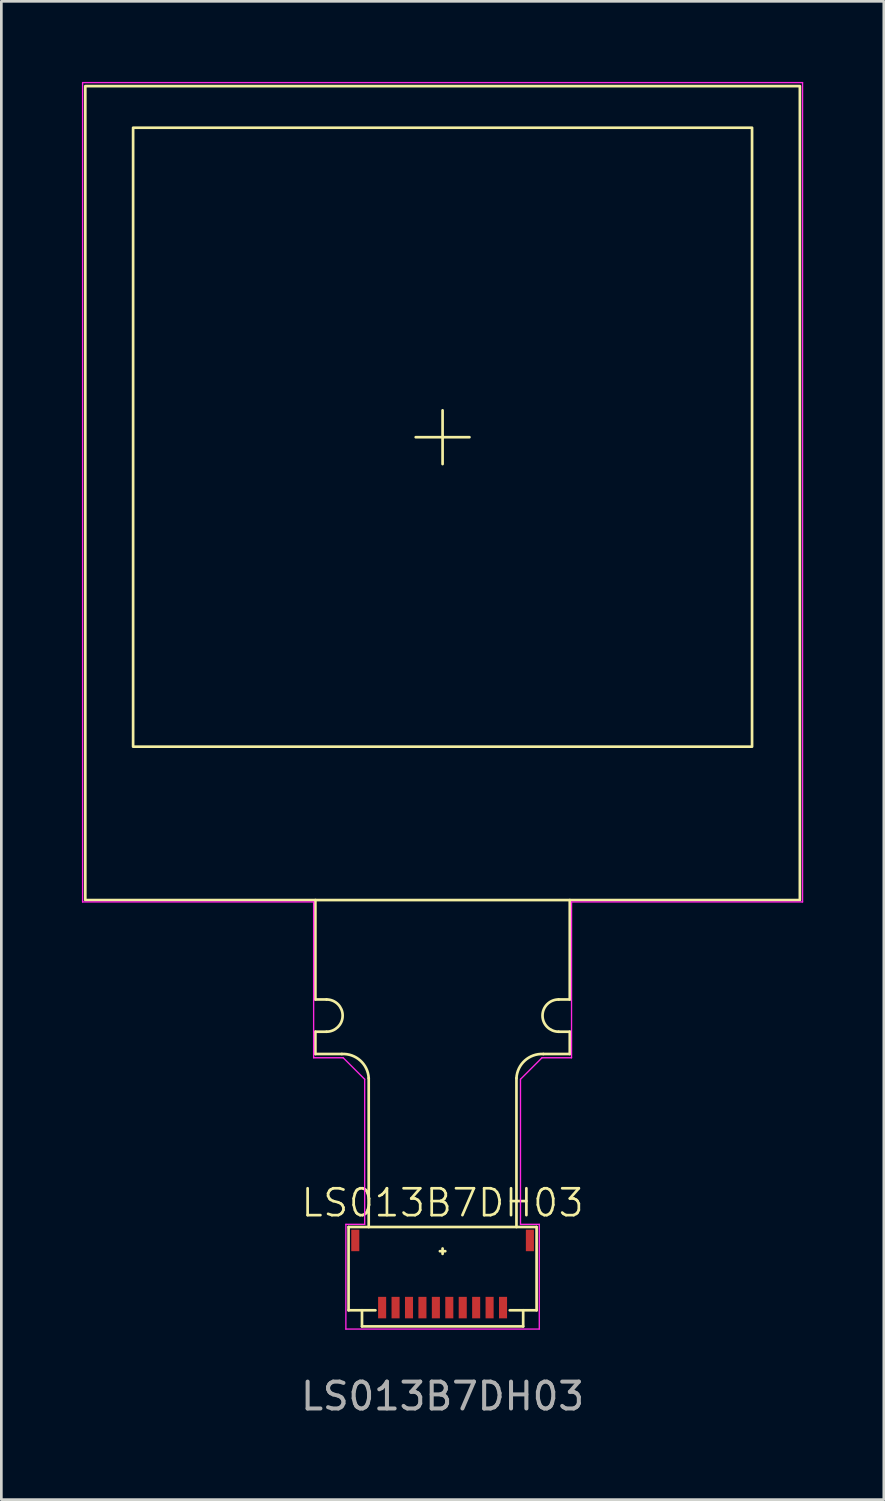
<source format=kicad_pcb>
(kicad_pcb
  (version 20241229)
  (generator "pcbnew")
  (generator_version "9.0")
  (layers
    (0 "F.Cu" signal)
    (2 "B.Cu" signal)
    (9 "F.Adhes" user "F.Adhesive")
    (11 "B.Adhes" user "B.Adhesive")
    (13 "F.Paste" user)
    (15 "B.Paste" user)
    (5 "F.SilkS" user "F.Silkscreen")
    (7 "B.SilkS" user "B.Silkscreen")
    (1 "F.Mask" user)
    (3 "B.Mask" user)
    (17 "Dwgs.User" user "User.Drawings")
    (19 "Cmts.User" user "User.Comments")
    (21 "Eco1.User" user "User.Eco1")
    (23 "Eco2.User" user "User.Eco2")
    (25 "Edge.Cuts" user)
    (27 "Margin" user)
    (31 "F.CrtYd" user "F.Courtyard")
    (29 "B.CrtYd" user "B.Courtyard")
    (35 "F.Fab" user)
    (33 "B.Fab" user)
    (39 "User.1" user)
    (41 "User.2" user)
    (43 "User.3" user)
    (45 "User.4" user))
  (footprint "LS013B7DH03"
    (layer "F.Cu")
    (at 13.425 43.525)
    (property "Reference" "LS013B7DH03" (at 0 -1.8 0) (unlocked yes) (layer "F.SilkS") (effects (font (size 1 1) (thickness 0.1))))
    (attr smd)
    (fp_line (start -4.735 -13.07) (end -4.735 -9.37) (stroke (width 0.1) (type default)) (layer "F.SilkS"))
    (fp_line (start -4.735 -9.37) (end -4.32 -9.37) (stroke (width 0.1) (type default)) (layer "F.SilkS"))
    (fp_line (start -4.735 -8.17) (end -4.735 -7.34) (stroke (width 0.1) (type default)) (layer "F.SilkS"))
    (fp_line (start -4.735 -8.17) (end -4.32 -8.17) (stroke (width 0.1) (type default)) (layer "F.SilkS"))
    (fp_line (start -3.75 -7.34) (end -4.735 -7.34) (stroke (width 0.1) (type default)) (layer "F.SilkS"))
    (fp_line (start -3.5 -0.9) (end -3.5 2.2) (stroke (width 0.1) (type default)) (layer "F.SilkS"))
    (fp_line (start -3.5 -0.9) (end 3.5 -0.9) (stroke (width 0.1) (type default)) (layer "F.SilkS"))
    (fp_line (start -3.5 2.2) (end -2.5 2.2) (stroke (width 0.1) (type default)) (layer "F.SilkS"))
    (fp_line (start -3 2.8) (end -3 2.2) (stroke (width 0.1) (type default)) (layer "F.SilkS"))
    (fp_line (start -3 2.8) (end 3 2.8) (stroke (width 0.1) (type default)) (layer "F.SilkS"))
    (fp_line (start -2.75 -6.44) (end -2.75 -0.9) (stroke (width 0.1) (type default)) (layer "F.SilkS"))
    (fp_line (start -1 -30.3) (end 1 -30.3) (stroke (width 0.1) (type default)) (layer "F.SilkS"))
    (fp_line (start -0.1 0) (end 0.1 0) (stroke (width 0.1) (type default)) (layer "F.SilkS"))
    (fp_line (start 0 -31.3) (end 0 -29.3) (stroke (width 0.1) (type default)) (layer "F.SilkS"))
    (fp_line (start 0 -0.1) (end 0 0.1) (stroke (width 0.1) (type default)) (layer "F.SilkS"))
    (fp_line (start 2.75 -6.44) (end 2.75 -0.9) (stroke (width 0.1) (type default)) (layer "F.SilkS"))
    (fp_line (start 3 2.8) (end 3 2.2) (stroke (width 0.1) (type default)) (layer "F.SilkS"))
    (fp_line (start 3.5 -0.9) (end 3.5 2.2) (stroke (width 0.1) (type default)) (layer "F.SilkS"))
    (fp_line (start 3.5 2.2) (end 2.5 2.2) (stroke (width 0.1) (type default)) (layer "F.SilkS"))
    (fp_line (start 4.32 -9.37) (end 4.735 -9.37) (stroke (width 0.1) (type default)) (layer "F.SilkS"))
    (fp_line (start 4.32 -8.17) (end 4.735 -8.17) (stroke (width 0.1) (type default)) (layer "F.SilkS"))
    (fp_line (start 4.735 -13.07) (end 4.735 -9.37) (stroke (width 0.1) (type default)) (layer "F.SilkS"))
    (fp_line (start 4.735 -8.17) (end 4.735 -7.34) (stroke (width 0.1) (type default)) (layer "F.SilkS"))
    (fp_line (start 4.735 -7.34) (end 3.75 -7.34) (stroke (width 0.1) (type default)) (layer "F.SilkS"))
    (fp_rect (start -13.3 -43.37) (end 13.3 -13.07) (stroke (width 0.1) (type default)) (fill no) (layer "F.SilkS"))
    (fp_rect (start -11.52 -41.82) (end 11.52 -18.78) (stroke (width 0.1) (type default)) (fill no) (layer "F.SilkS"))
    (fp_arc (start -4.32 -9.37) (mid -3.72 -8.77) (end -4.32 -8.17) (stroke (width 0.1) (type default)) (layer "F.SilkS"))
    (fp_arc (start -3.75 -7.34) (mid -3.063604 -7.097107) (end -2.75 -6.44) (stroke (width 0.1) (type default)) (layer "F.SilkS"))
    (fp_arc (start 2.75 -6.44) (mid 3.063604 -7.097107) (end 3.75 -7.34) (stroke (width 0.1) (type default)) (layer "F.SilkS"))
    (fp_arc (start 4.32 -8.17) (mid 3.72 -8.77) (end 4.32 -9.37) (stroke (width 0.1) (type default)) (layer "F.SilkS"))
    (fp_line (start -13.4 -43.5) (end -13.4 -13) (stroke (width 0.05) (type default)) (layer "F.CrtYd"))
    (fp_line (start -13.4 -13) (end -4.8 -13) (stroke (width 0.05) (type default)) (layer "F.CrtYd"))
    (fp_line (start -4.8 -13) (end -4.8 -7.2) (stroke (width 0.05) (type default)) (layer "F.CrtYd"))
    (fp_line (start -4.8 -7.2) (end -3.7 -7.2) (stroke (width 0.05) (type default)) (layer "F.CrtYd"))
    (fp_line (start -3.6 -1) (end -3.6 2.9) (stroke (width 0.05) (type default)) (layer "F.CrtYd"))
    (fp_line (start -3.6 2.9) (end 3.6 2.9) (stroke (width 0.05) (type default)) (layer "F.CrtYd"))
    (fp_line (start -2.9 -6.4) (end -3.7 -7.2) (stroke (width 0.05) (type default)) (layer "F.CrtYd"))
    (fp_line (start -2.9 -6.4) (end -2.9 -1) (stroke (width 0.05) (type default)) (layer "F.CrtYd"))
    (fp_line (start -2.9 -1) (end -3.6 -1) (stroke (width 0.05) (type default)) (layer "F.CrtYd"))
    (fp_line (start 2.9 -1) (end 2.9 -6.4) (stroke (width 0.05) (type default)) (layer "F.CrtYd"))
    (fp_line (start 3.6 -1) (end 2.9 -1) (stroke (width 0.05) (type default)) (layer "F.CrtYd"))
    (fp_line (start 3.6 2.9) (end 3.6 -1) (stroke (width 0.05) (type default)) (layer "F.CrtYd"))
    (fp_line (start 3.7 -7.2) (end 2.9 -6.4) (stroke (width 0.05) (type default)) (layer "F.CrtYd"))
    (fp_line (start 3.7 -7.2) (end 4.8 -7.2) (stroke (width 0.05) (type default)) (layer "F.CrtYd"))
    (fp_line (start 4.8 -13) (end 13.4 -13) (stroke (width 0.05) (type default)) (layer "F.CrtYd"))
    (fp_line (start 4.8 -7.2) (end 4.8 -13) (stroke (width 0.05) (type default)) (layer "F.CrtYd"))
    (fp_line (start 13.4 -43.5) (end -13.4 -43.5) (stroke (width 0.05) (type default)) (layer "F.CrtYd"))
    (fp_line (start 13.4 -13) (end 13.4 -43.5) (stroke (width 0.05) (type default)) (layer "F.CrtYd"))
    (fp_text user "${REFERENCE}" (at 0 5.4 0) (unlocked yes) (layer "F.Fab") (effects (font (size 1 1) (thickness 0.15))))
    (pad "1" smd rect (at 2.25 2.1) (size 0.3 0.8) (layers "F.Cu" "F.Mask" "F.Paste"))
    (pad "2" smd rect (at 1.75 2.1) (size 0.3 0.8) (layers "F.Cu" "F.Mask" "F.Paste"))
    (pad "3" smd rect (at 1.25 2.1) (size 0.3 0.8) (layers "F.Cu" "F.Mask" "F.Paste"))
    (pad "4" smd rect (at 0.75 2.1) (size 0.3 0.8) (layers "F.Cu" "F.Mask" "F.Paste"))
    (pad "5" smd rect (at 0.25 2.1) (size 0.3 0.8) (layers "F.Cu" "F.Mask" "F.Paste"))
    (pad "6" smd rect (at -0.25 2.1) (size 0.3 0.8) (layers "F.Cu" "F.Mask" "F.Paste"))
    (pad "7" smd rect (at -0.75 2.1) (size 0.3 0.8) (layers "F.Cu" "F.Mask" "F.Paste"))
    (pad "8" smd rect (at -1.25 2.1) (size 0.3 0.8) (layers "F.Cu" "F.Mask" "F.Paste"))
    (pad "9" smd rect (at -1.75 2.1) (size 0.3 0.8) (layers "F.Cu" "F.Mask" "F.Paste"))
    (pad "10" smd rect (at -2.25 2.1) (size 0.3 0.8) (layers "F.Cu" "F.Mask" "F.Paste"))
    (pad "MP" smd rect (at -3.25 -0.4) (size 0.3 0.8) (layers "F.Cu" "F.Mask" "F.Paste"))
    (pad "MP" smd rect (at 3.25 -0.4) (size 0.3 0.8) (layers "F.Cu" "F.Mask" "F.Paste")))
  (gr_rect
    (start -3 -3)
    (end 29.85 52.773)
    (stroke (width 0.1) (type default))
    (fill no)
    (layer "Edge.Cuts")))
</source>
